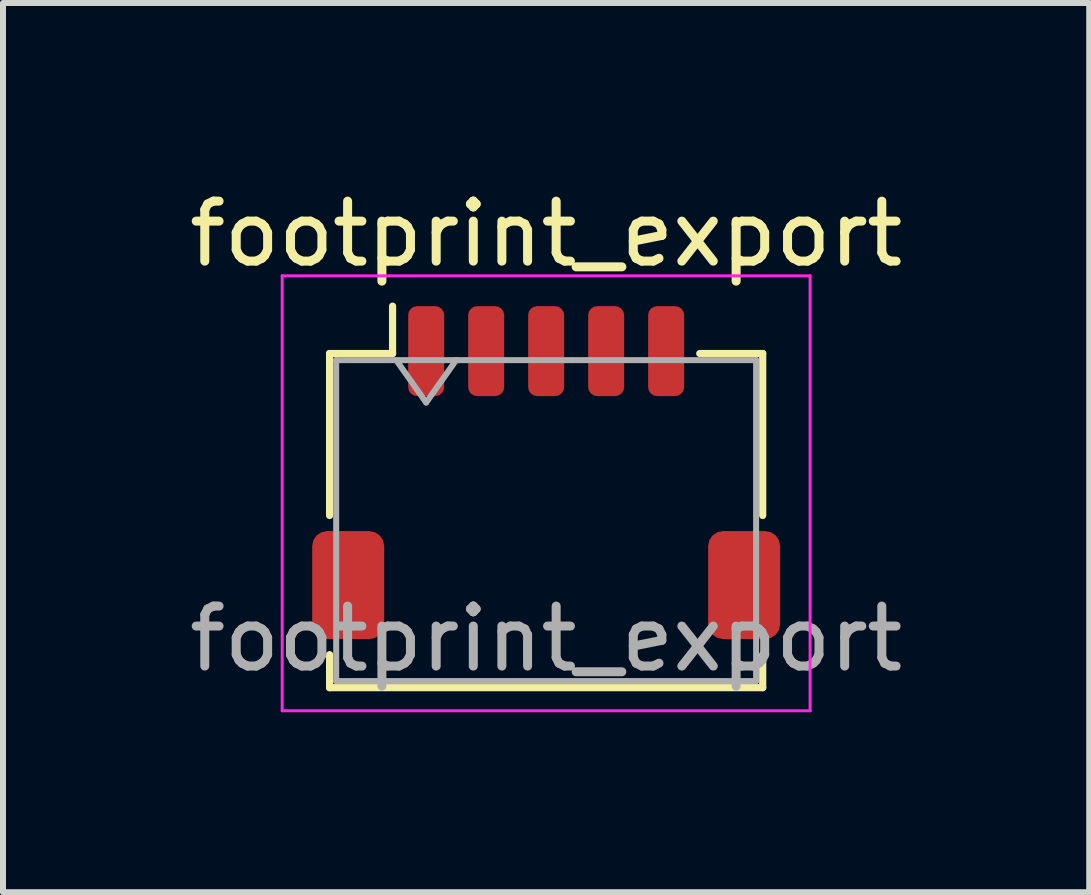
<source format=kicad_pcb>
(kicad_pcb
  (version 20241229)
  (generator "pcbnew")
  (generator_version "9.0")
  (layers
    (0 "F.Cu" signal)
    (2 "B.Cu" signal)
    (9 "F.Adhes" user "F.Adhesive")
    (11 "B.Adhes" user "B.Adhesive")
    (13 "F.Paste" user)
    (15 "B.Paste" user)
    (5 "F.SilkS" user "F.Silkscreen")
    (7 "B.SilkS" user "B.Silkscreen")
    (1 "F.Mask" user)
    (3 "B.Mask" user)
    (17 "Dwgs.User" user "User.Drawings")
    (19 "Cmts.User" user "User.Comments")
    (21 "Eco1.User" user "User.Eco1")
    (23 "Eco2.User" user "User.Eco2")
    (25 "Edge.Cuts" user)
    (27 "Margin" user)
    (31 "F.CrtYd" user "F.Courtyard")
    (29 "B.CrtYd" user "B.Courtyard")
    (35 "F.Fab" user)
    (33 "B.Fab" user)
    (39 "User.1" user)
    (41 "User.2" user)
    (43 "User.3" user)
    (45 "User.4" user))
  (footprint "footprint_export"
    (layer "F.Cu")
    (at 6.054 4.828)
    (property "Reference" "footprint_export" (at 0 -3.98 0) (layer "F.SilkS") (effects (font (size 1 1) (thickness 0.15))))
    (attr smd)
    (fp_line (start -3.61 -1.985) (end -2.56 -1.985) (stroke (width 0.12) (type solid)) (layer "F.SilkS"))
    (fp_line (start -3.61 0.715) (end -3.61 -1.985) (stroke (width 0.12) (type solid)) (layer "F.SilkS"))
    (fp_line (start -3.61 3.035) (end -3.61 3.585) (stroke (width 0.12) (type solid)) (layer "F.SilkS"))
    (fp_line (start -3.61 3.585) (end 3.61 3.585) (stroke (width 0.12) (type solid)) (layer "F.SilkS"))
    (fp_line (start -2.56 -1.985) (end -2.56 -2.775) (stroke (width 0.12) (type solid)) (layer "F.SilkS"))
    (fp_line (start 3.61 -1.985) (end 2.56 -1.985) (stroke (width 0.12) (type solid)) (layer "F.SilkS"))
    (fp_line (start 3.61 0.715) (end 3.61 -1.985) (stroke (width 0.12) (type solid)) (layer "F.SilkS"))
    (fp_line (start 3.61 3.585) (end 3.61 3.035) (stroke (width 0.12) (type solid)) (layer "F.SilkS"))
    (fp_line (start -4.4 -3.28) (end -4.4 3.97) (stroke (width 0.05) (type solid)) (layer "F.CrtYd"))
    (fp_line (start -4.4 3.97) (end 4.4 3.97) (stroke (width 0.05) (type solid)) (layer "F.CrtYd"))
    (fp_line (start 4.4 -3.28) (end -4.4 -3.28) (stroke (width 0.05) (type solid)) (layer "F.CrtYd"))
    (fp_line (start 4.4 3.97) (end 4.4 -3.28) (stroke (width 0.05) (type solid)) (layer "F.CrtYd"))
    (fp_line (start -3.5 -1.875) (end -3.5 3.475) (stroke (width 0.1) (type solid)) (layer "F.Fab"))
    (fp_line (start -3.5 -1.875) (end 3.5 -1.875) (stroke (width 0.1) (type solid)) (layer "F.Fab"))
    (fp_line (start -3.5 3.475) (end 3.5 3.475) (stroke (width 0.1) (type solid)) (layer "F.Fab"))
    (fp_line (start -2.5 -1.875) (end -2 -1.168) (stroke (width 0.1) (type solid)) (layer "F.Fab"))
    (fp_line (start -2 -1.168) (end -1.5 -1.875) (stroke (width 0.1) (type solid)) (layer "F.Fab"))
    (fp_line (start 3.5 -1.875) (end 3.5 3.475) (stroke (width 0.1) (type solid)) (layer "F.Fab"))
    (fp_text user "${REFERENCE}" (at 0 2.77 0) (layer "F.Fab") (effects (font (size 1 1) (thickness 0.15))))
    (pad "1" smd roundrect (at -2 -2.025) (size 0.6 1.5) (layers "F.Cu" "F.Mask" "F.Paste") (roundrect_rratio 0.25))
    (pad "2" smd roundrect (at -1 -2.025) (size 0.6 1.5) (layers "F.Cu" "F.Mask" "F.Paste") (roundrect_rratio 0.25))
    (pad "3" smd roundrect (at 0 -2.025) (size 0.6 1.5) (layers "F.Cu" "F.Mask" "F.Paste") (roundrect_rratio 0.25))
    (pad "4" smd roundrect (at 1 -2.025) (size 0.6 1.5) (layers "F.Cu" "F.Mask" "F.Paste") (roundrect_rratio 0.25))
    (pad "5" smd roundrect (at 2 -2.025) (size 0.6 1.5) (layers "F.Cu" "F.Mask" "F.Paste") (roundrect_rratio 0.25))
    (pad "MP" smd roundrect (at -3.3 1.875) (size 1.2 1.8) (layers "F.Cu" "F.Mask" "F.Paste") (roundrect_rratio 0.208))
    (pad "MP" smd roundrect (at 3.3 1.875) (size 1.2 1.8) (layers "F.Cu" "F.Mask" "F.Paste") (roundrect_rratio 0.208)))
  (gr_rect
    (start -3 -3)
    (end 15.107 11.823)
    (stroke (width 0.1) (type default))
    (fill no)
    (layer "Edge.Cuts")))
</source>
